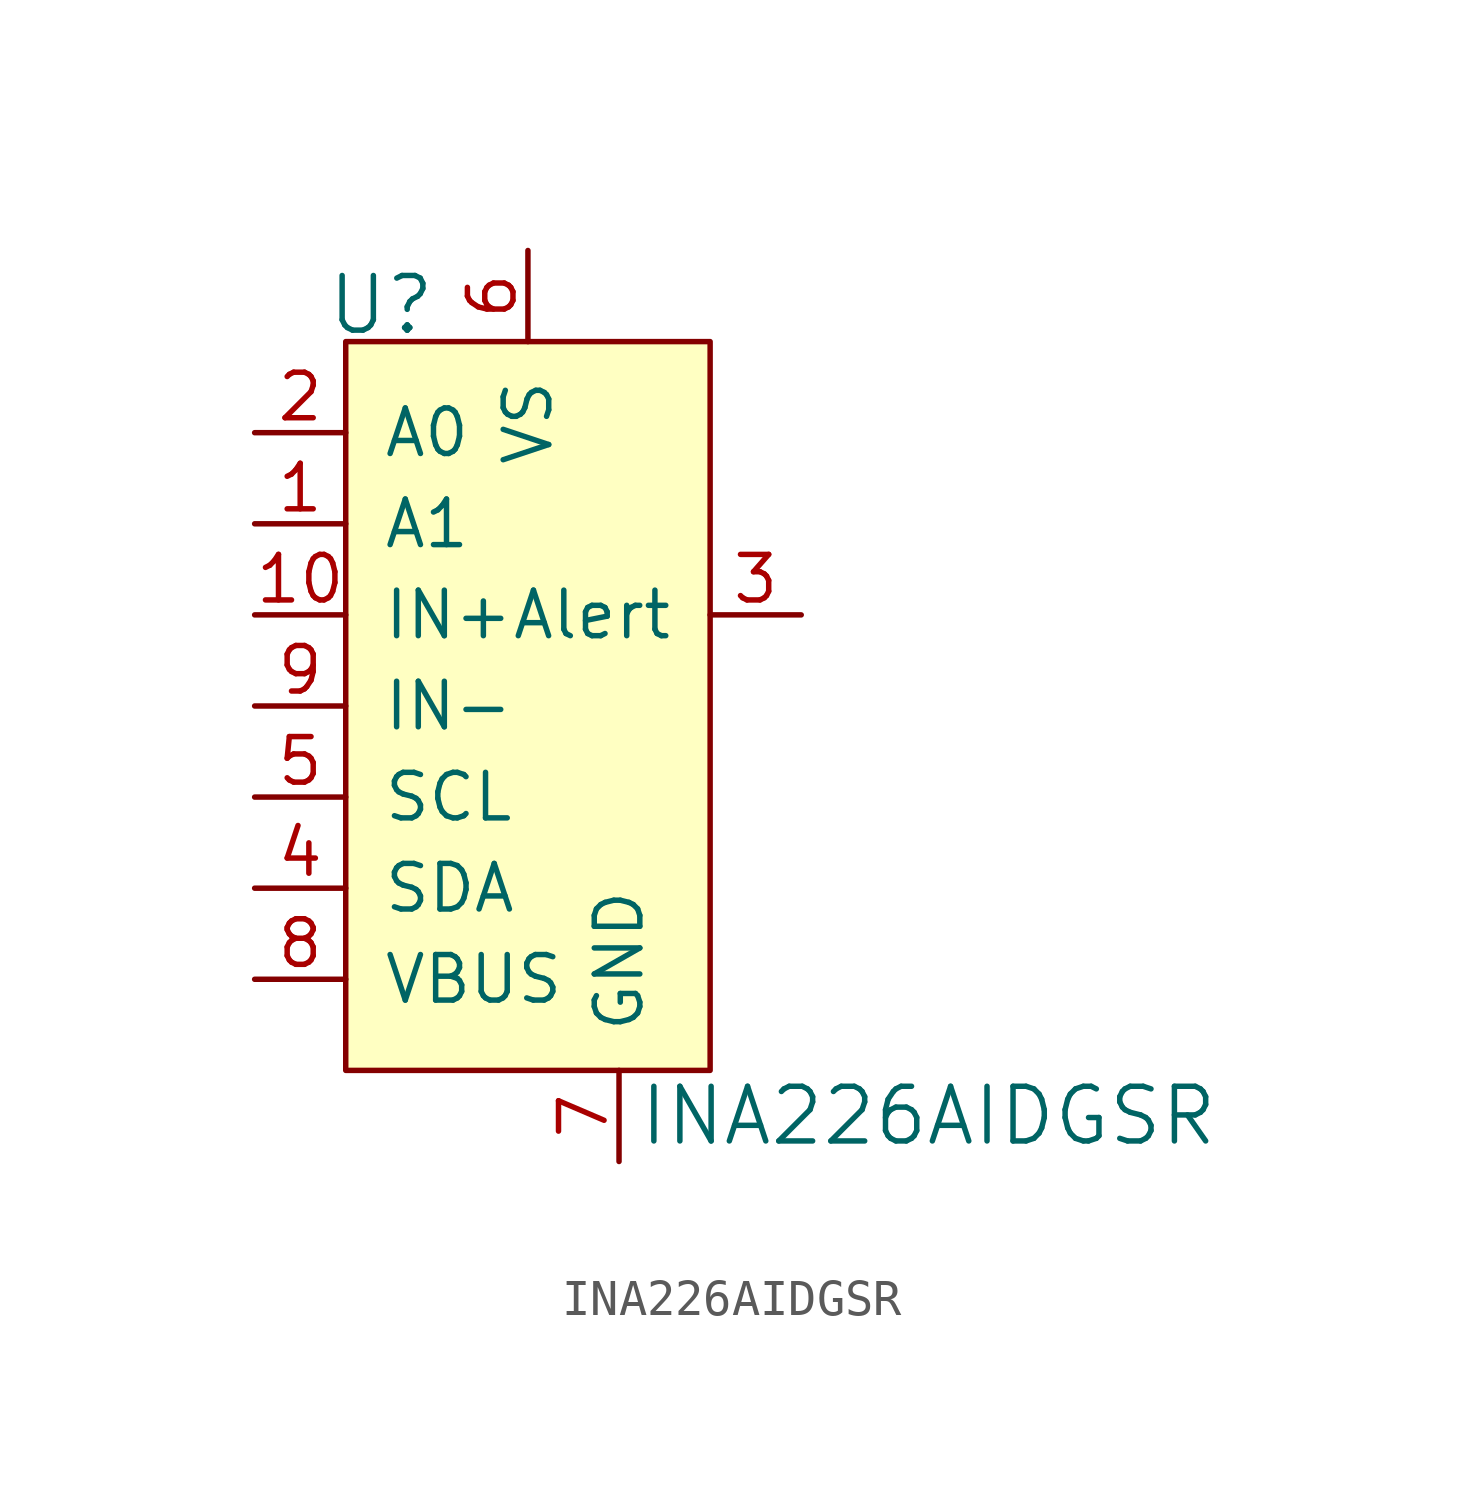
<source format=kicad_sym>
(kicad_symbol_lib
  (version 20220914)
  (generator kicad_symbol_editor)
  (symbol "INA226AIDGSR"
    (pin_names
      (offset 1.016))
    (property "Reference" "U"
      (at -2.54 3.556 0)
      (effects (font (size 1.524 1.524)) (justify right)))
    (property "Value" "INA226AIDGSR"
      (at 3.048 -19.05 0)
      (effects (font (size 1.524 1.524)) (justify left)))
    (symbol "INA226AIDGSR_0_1"
      (rectangle (start -5.08 2.54) (end 5.08 -17.78) (stroke (width 0) (type solid)) (fill (type background))))
    (symbol "INA226AIDGSR_1_1"
      (pin input line (at -7.62 -2.54 0) (length 2.54) (name "A1" (effects (font (size 1.27 1.27)))) (number "1" (effects (font (size 1.27 1.27)))))
      (pin passive line (at -7.62 -5.08 0) (length 2.54) (name "IN+" (effects (font (size 1.27 1.27)))) (number "10" (effects (font (size 1.27 1.27)))))
      (pin input line (at -7.62 0 0) (length 2.54) (name "A0" (effects (font (size 1.27 1.27)))) (number "2" (effects (font (size 1.27 1.27)))))
      (pin output line (at 7.62 -5.08 180) (length 2.54) (name "Alert" (effects (font (size 1.27 1.27)))) (number "3" (effects (font (size 1.27 1.27)))))
      (pin bidirectional line (at -7.62 -12.7 0) (length 2.54) (name "SDA" (effects (font (size 1.27 1.27)))) (number "4" (effects (font (size 1.27 1.27)))))
      (pin input line (at -7.62 -10.16 0) (length 2.54) (name "SCL" (effects (font (size 1.27 1.27)))) (number "5" (effects (font (size 1.27 1.27)))))
      (pin power_in line (at 0 5.08 270) (length 2.54) (name "VS" (effects (font (size 1.27 1.27)))) (number "6" (effects (font (size 1.27 1.27)))))
      (pin power_in line (at 2.54 -20.32 90) (length 2.54) (name "GND" (effects (font (size 1.27 1.27)))) (number "7" (effects (font (size 1.27 1.27)))))
      (pin input line (at -7.62 -15.24 0) (length 2.54) (name "VBUS" (effects (font (size 1.27 1.27)))) (number "8" (effects (font (size 1.27 1.27)))))
      (pin passive line (at -7.62 -7.62 0) (length 2.54) (name "IN-" (effects (font (size 1.27 1.27)))) (number "9" (effects (font (size 1.27 1.27))))))))
</source>
